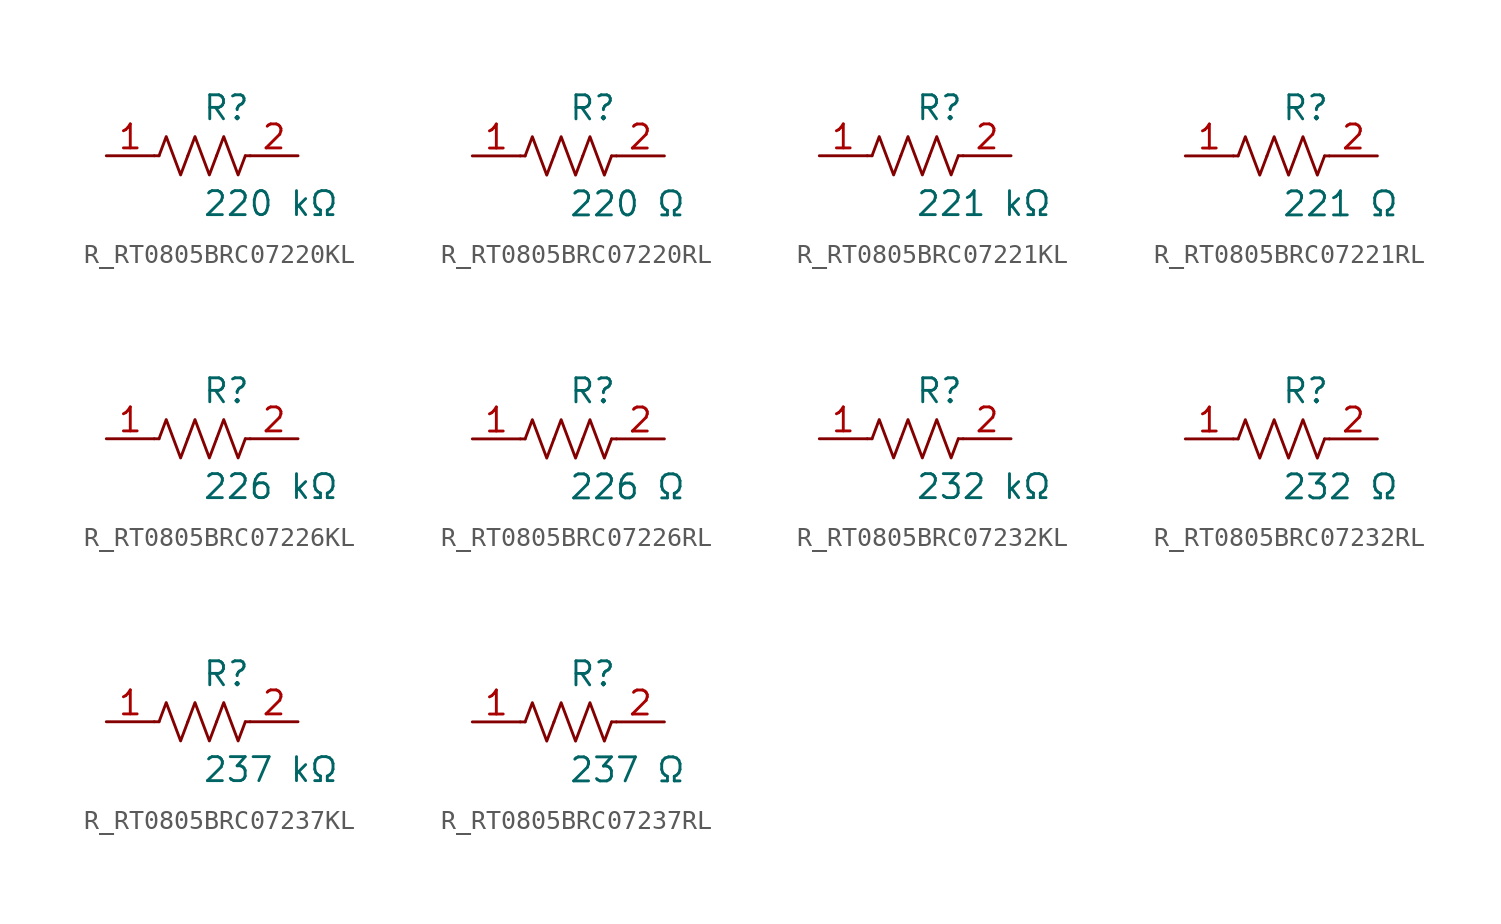
<source format=kicad_sym>
(kicad_symbol_lib
  (version 20231120)
  (generator kicad_symbol_editor)
  (generator_version 8.0)
  (symbol "R_RT0805BRC07220KL"
    (pin_names
      (offset 0.254))
    (property "Reference" "R"
      (at 0 2.54 0)
      (effects (font (size 1.27 1.27)) (justify left)))
    (property "Value" "220 kΩ"
      (at 0 -2.54 0)
      (effects (font (size 1.27 1.27)) (justify left)))
    (symbol "R_RT0805BRC07220KL_0_1"
      (polyline (pts (xy 2.286 0) (xy 2.54 0)) (stroke (width 0) (type default)) (fill (type none)))
      (polyline (pts (xy -2.286 0) (xy -2.54 0)) (stroke (width 0) (type default)) (fill (type none)))
      (polyline (pts (xy 0.762 0) (xy 1.143 1.016) (xy 1.524 0) (xy 1.905 -1.016) (xy 2.286 0)) (stroke (width 0) (type default)) (fill (type none)))
      (polyline (pts (xy -0.762 0) (xy -0.381 1.016) (xy 0 0) (xy 0.381 -1.016) (xy 0.762 0)) (stroke (width 0) (type default)) (fill (type none)))
      (polyline (pts (xy -2.286 0) (xy -1.905 1.016) (xy -1.524 0) (xy -1.143 -1.016) (xy -0.762 0)) (stroke (width 0) (type default)) (fill (type none))))
    (pin unspecified line
      (at -5.08 0 0)
      (length 2.54)
      (name "" (effects (font (size 1.27 1.27))))
      (number "1" (effects (font (size 1.27 1.27)))))
    (pin unspecified line
      (at 5.08 0 180)
      (length 2.54)
      (name "" (effects (font (size 1.27 1.27))))
      (number "2" (effects (font (size 1.27 1.27))))))
  (symbol "R_RT0805BRC07220RL"
    (pin_names
      (offset 0.254))
    (property "Reference" "R"
      (at 0 2.54 0)
      (effects (font (size 1.27 1.27)) (justify left)))
    (property "Value" "220 Ω"
      (at 0 -2.54 0)
      (effects (font (size 1.27 1.27)) (justify left)))
    (symbol "R_RT0805BRC07220RL_0_1"
      (polyline (pts (xy 2.286 0) (xy 2.54 0)) (stroke (width 0) (type default)) (fill (type none)))
      (polyline (pts (xy -2.286 0) (xy -2.54 0)) (stroke (width 0) (type default)) (fill (type none)))
      (polyline (pts (xy 0.762 0) (xy 1.143 1.016) (xy 1.524 0) (xy 1.905 -1.016) (xy 2.286 0)) (stroke (width 0) (type default)) (fill (type none)))
      (polyline (pts (xy -0.762 0) (xy -0.381 1.016) (xy 0 0) (xy 0.381 -1.016) (xy 0.762 0)) (stroke (width 0) (type default)) (fill (type none)))
      (polyline (pts (xy -2.286 0) (xy -1.905 1.016) (xy -1.524 0) (xy -1.143 -1.016) (xy -0.762 0)) (stroke (width 0) (type default)) (fill (type none))))
    (pin unspecified line
      (at -5.08 0 0)
      (length 2.54)
      (name "" (effects (font (size 1.27 1.27))))
      (number "1" (effects (font (size 1.27 1.27)))))
    (pin unspecified line
      (at 5.08 0 180)
      (length 2.54)
      (name "" (effects (font (size 1.27 1.27))))
      (number "2" (effects (font (size 1.27 1.27))))))
  (symbol "R_RT0805BRC07221KL"
    (pin_names
      (offset 0.254))
    (property "Reference" "R"
      (at 0 2.54 0)
      (effects (font (size 1.27 1.27)) (justify left)))
    (property "Value" "221 kΩ"
      (at 0 -2.54 0)
      (effects (font (size 1.27 1.27)) (justify left)))
    (symbol "R_RT0805BRC07221KL_0_1"
      (polyline (pts (xy 2.286 0) (xy 2.54 0)) (stroke (width 0) (type default)) (fill (type none)))
      (polyline (pts (xy -2.286 0) (xy -2.54 0)) (stroke (width 0) (type default)) (fill (type none)))
      (polyline (pts (xy 0.762 0) (xy 1.143 1.016) (xy 1.524 0) (xy 1.905 -1.016) (xy 2.286 0)) (stroke (width 0) (type default)) (fill (type none)))
      (polyline (pts (xy -0.762 0) (xy -0.381 1.016) (xy 0 0) (xy 0.381 -1.016) (xy 0.762 0)) (stroke (width 0) (type default)) (fill (type none)))
      (polyline (pts (xy -2.286 0) (xy -1.905 1.016) (xy -1.524 0) (xy -1.143 -1.016) (xy -0.762 0)) (stroke (width 0) (type default)) (fill (type none))))
    (pin unspecified line
      (at -5.08 0 0)
      (length 2.54)
      (name "" (effects (font (size 1.27 1.27))))
      (number "1" (effects (font (size 1.27 1.27)))))
    (pin unspecified line
      (at 5.08 0 180)
      (length 2.54)
      (name "" (effects (font (size 1.27 1.27))))
      (number "2" (effects (font (size 1.27 1.27))))))
  (symbol "R_RT0805BRC07221RL"
    (pin_names
      (offset 0.254))
    (property "Reference" "R"
      (at 0 2.54 0)
      (effects (font (size 1.27 1.27)) (justify left)))
    (property "Value" "221 Ω"
      (at 0 -2.54 0)
      (effects (font (size 1.27 1.27)) (justify left)))
    (symbol "R_RT0805BRC07221RL_0_1"
      (polyline (pts (xy 2.286 0) (xy 2.54 0)) (stroke (width 0) (type default)) (fill (type none)))
      (polyline (pts (xy -2.286 0) (xy -2.54 0)) (stroke (width 0) (type default)) (fill (type none)))
      (polyline (pts (xy 0.762 0) (xy 1.143 1.016) (xy 1.524 0) (xy 1.905 -1.016) (xy 2.286 0)) (stroke (width 0) (type default)) (fill (type none)))
      (polyline (pts (xy -0.762 0) (xy -0.381 1.016) (xy 0 0) (xy 0.381 -1.016) (xy 0.762 0)) (stroke (width 0) (type default)) (fill (type none)))
      (polyline (pts (xy -2.286 0) (xy -1.905 1.016) (xy -1.524 0) (xy -1.143 -1.016) (xy -0.762 0)) (stroke (width 0) (type default)) (fill (type none))))
    (pin unspecified line
      (at -5.08 0 0)
      (length 2.54)
      (name "" (effects (font (size 1.27 1.27))))
      (number "1" (effects (font (size 1.27 1.27)))))
    (pin unspecified line
      (at 5.08 0 180)
      (length 2.54)
      (name "" (effects (font (size 1.27 1.27))))
      (number "2" (effects (font (size 1.27 1.27))))))
  (symbol "R_RT0805BRC07226KL"
    (pin_names
      (offset 0.254))
    (property "Reference" "R"
      (at 0 2.54 0)
      (effects (font (size 1.27 1.27)) (justify left)))
    (property "Value" "226 kΩ"
      (at 0 -2.54 0)
      (effects (font (size 1.27 1.27)) (justify left)))
    (symbol "R_RT0805BRC07226KL_0_1"
      (polyline (pts (xy 2.286 0) (xy 2.54 0)) (stroke (width 0) (type default)) (fill (type none)))
      (polyline (pts (xy -2.286 0) (xy -2.54 0)) (stroke (width 0) (type default)) (fill (type none)))
      (polyline (pts (xy 0.762 0) (xy 1.143 1.016) (xy 1.524 0) (xy 1.905 -1.016) (xy 2.286 0)) (stroke (width 0) (type default)) (fill (type none)))
      (polyline (pts (xy -0.762 0) (xy -0.381 1.016) (xy 0 0) (xy 0.381 -1.016) (xy 0.762 0)) (stroke (width 0) (type default)) (fill (type none)))
      (polyline (pts (xy -2.286 0) (xy -1.905 1.016) (xy -1.524 0) (xy -1.143 -1.016) (xy -0.762 0)) (stroke (width 0) (type default)) (fill (type none))))
    (pin unspecified line
      (at -5.08 0 0)
      (length 2.54)
      (name "" (effects (font (size 1.27 1.27))))
      (number "1" (effects (font (size 1.27 1.27)))))
    (pin unspecified line
      (at 5.08 0 180)
      (length 2.54)
      (name "" (effects (font (size 1.27 1.27))))
      (number "2" (effects (font (size 1.27 1.27))))))
  (symbol "R_RT0805BRC07226RL"
    (pin_names
      (offset 0.254))
    (property "Reference" "R"
      (at 0 2.54 0)
      (effects (font (size 1.27 1.27)) (justify left)))
    (property "Value" "226 Ω"
      (at 0 -2.54 0)
      (effects (font (size 1.27 1.27)) (justify left)))
    (symbol "R_RT0805BRC07226RL_0_1"
      (polyline (pts (xy 2.286 0) (xy 2.54 0)) (stroke (width 0) (type default)) (fill (type none)))
      (polyline (pts (xy -2.286 0) (xy -2.54 0)) (stroke (width 0) (type default)) (fill (type none)))
      (polyline (pts (xy 0.762 0) (xy 1.143 1.016) (xy 1.524 0) (xy 1.905 -1.016) (xy 2.286 0)) (stroke (width 0) (type default)) (fill (type none)))
      (polyline (pts (xy -0.762 0) (xy -0.381 1.016) (xy 0 0) (xy 0.381 -1.016) (xy 0.762 0)) (stroke (width 0) (type default)) (fill (type none)))
      (polyline (pts (xy -2.286 0) (xy -1.905 1.016) (xy -1.524 0) (xy -1.143 -1.016) (xy -0.762 0)) (stroke (width 0) (type default)) (fill (type none))))
    (pin unspecified line
      (at -5.08 0 0)
      (length 2.54)
      (name "" (effects (font (size 1.27 1.27))))
      (number "1" (effects (font (size 1.27 1.27)))))
    (pin unspecified line
      (at 5.08 0 180)
      (length 2.54)
      (name "" (effects (font (size 1.27 1.27))))
      (number "2" (effects (font (size 1.27 1.27))))))
  (symbol "R_RT0805BRC07232KL"
    (pin_names
      (offset 0.254))
    (property "Reference" "R"
      (at 0 2.54 0)
      (effects (font (size 1.27 1.27)) (justify left)))
    (property "Value" "232 kΩ"
      (at 0 -2.54 0)
      (effects (font (size 1.27 1.27)) (justify left)))
    (symbol "R_RT0805BRC07232KL_0_1"
      (polyline (pts (xy 2.286 0) (xy 2.54 0)) (stroke (width 0) (type default)) (fill (type none)))
      (polyline (pts (xy -2.286 0) (xy -2.54 0)) (stroke (width 0) (type default)) (fill (type none)))
      (polyline (pts (xy 0.762 0) (xy 1.143 1.016) (xy 1.524 0) (xy 1.905 -1.016) (xy 2.286 0)) (stroke (width 0) (type default)) (fill (type none)))
      (polyline (pts (xy -0.762 0) (xy -0.381 1.016) (xy 0 0) (xy 0.381 -1.016) (xy 0.762 0)) (stroke (width 0) (type default)) (fill (type none)))
      (polyline (pts (xy -2.286 0) (xy -1.905 1.016) (xy -1.524 0) (xy -1.143 -1.016) (xy -0.762 0)) (stroke (width 0) (type default)) (fill (type none))))
    (pin unspecified line
      (at -5.08 0 0)
      (length 2.54)
      (name "" (effects (font (size 1.27 1.27))))
      (number "1" (effects (font (size 1.27 1.27)))))
    (pin unspecified line
      (at 5.08 0 180)
      (length 2.54)
      (name "" (effects (font (size 1.27 1.27))))
      (number "2" (effects (font (size 1.27 1.27))))))
  (symbol "R_RT0805BRC07232RL"
    (pin_names
      (offset 0.254))
    (property "Reference" "R"
      (at 0 2.54 0)
      (effects (font (size 1.27 1.27)) (justify left)))
    (property "Value" "232 Ω"
      (at 0 -2.54 0)
      (effects (font (size 1.27 1.27)) (justify left)))
    (symbol "R_RT0805BRC07232RL_0_1"
      (polyline (pts (xy 2.286 0) (xy 2.54 0)) (stroke (width 0) (type default)) (fill (type none)))
      (polyline (pts (xy -2.286 0) (xy -2.54 0)) (stroke (width 0) (type default)) (fill (type none)))
      (polyline (pts (xy 0.762 0) (xy 1.143 1.016) (xy 1.524 0) (xy 1.905 -1.016) (xy 2.286 0)) (stroke (width 0) (type default)) (fill (type none)))
      (polyline (pts (xy -0.762 0) (xy -0.381 1.016) (xy 0 0) (xy 0.381 -1.016) (xy 0.762 0)) (stroke (width 0) (type default)) (fill (type none)))
      (polyline (pts (xy -2.286 0) (xy -1.905 1.016) (xy -1.524 0) (xy -1.143 -1.016) (xy -0.762 0)) (stroke (width 0) (type default)) (fill (type none))))
    (pin unspecified line
      (at -5.08 0 0)
      (length 2.54)
      (name "" (effects (font (size 1.27 1.27))))
      (number "1" (effects (font (size 1.27 1.27)))))
    (pin unspecified line
      (at 5.08 0 180)
      (length 2.54)
      (name "" (effects (font (size 1.27 1.27))))
      (number "2" (effects (font (size 1.27 1.27))))))
  (symbol "R_RT0805BRC07237KL"
    (pin_names
      (offset 0.254))
    (property "Reference" "R"
      (at 0 2.54 0)
      (effects (font (size 1.27 1.27)) (justify left)))
    (property "Value" "237 kΩ"
      (at 0 -2.54 0)
      (effects (font (size 1.27 1.27)) (justify left)))
    (symbol "R_RT0805BRC07237KL_0_1"
      (polyline (pts (xy 2.286 0) (xy 2.54 0)) (stroke (width 0) (type default)) (fill (type none)))
      (polyline (pts (xy -2.286 0) (xy -2.54 0)) (stroke (width 0) (type default)) (fill (type none)))
      (polyline (pts (xy 0.762 0) (xy 1.143 1.016) (xy 1.524 0) (xy 1.905 -1.016) (xy 2.286 0)) (stroke (width 0) (type default)) (fill (type none)))
      (polyline (pts (xy -0.762 0) (xy -0.381 1.016) (xy 0 0) (xy 0.381 -1.016) (xy 0.762 0)) (stroke (width 0) (type default)) (fill (type none)))
      (polyline (pts (xy -2.286 0) (xy -1.905 1.016) (xy -1.524 0) (xy -1.143 -1.016) (xy -0.762 0)) (stroke (width 0) (type default)) (fill (type none))))
    (pin unspecified line
      (at -5.08 0 0)
      (length 2.54)
      (name "" (effects (font (size 1.27 1.27))))
      (number "1" (effects (font (size 1.27 1.27)))))
    (pin unspecified line
      (at 5.08 0 180)
      (length 2.54)
      (name "" (effects (font (size 1.27 1.27))))
      (number "2" (effects (font (size 1.27 1.27))))))
  (symbol "R_RT0805BRC07237RL"
    (pin_names
      (offset 0.254))
    (property "Reference" "R"
      (at 0 2.54 0)
      (effects (font (size 1.27 1.27)) (justify left)))
    (property "Value" "237 Ω"
      (at 0 -2.54 0)
      (effects (font (size 1.27 1.27)) (justify left)))
    (symbol "R_RT0805BRC07237RL_0_1"
      (polyline (pts (xy 2.286 0) (xy 2.54 0)) (stroke (width 0) (type default)) (fill (type none)))
      (polyline (pts (xy -2.286 0) (xy -2.54 0)) (stroke (width 0) (type default)) (fill (type none)))
      (polyline (pts (xy 0.762 0) (xy 1.143 1.016) (xy 1.524 0) (xy 1.905 -1.016) (xy 2.286 0)) (stroke (width 0) (type default)) (fill (type none)))
      (polyline (pts (xy -0.762 0) (xy -0.381 1.016) (xy 0 0) (xy 0.381 -1.016) (xy 0.762 0)) (stroke (width 0) (type default)) (fill (type none)))
      (polyline (pts (xy -2.286 0) (xy -1.905 1.016) (xy -1.524 0) (xy -1.143 -1.016) (xy -0.762 0)) (stroke (width 0) (type default)) (fill (type none))))
    (pin unspecified line
      (at -5.08 0 0)
      (length 2.54)
      (name "" (effects (font (size 1.27 1.27))))
      (number "1" (effects (font (size 1.27 1.27)))))
    (pin unspecified line
      (at 5.08 0 180)
      (length 2.54)
      (name "" (effects (font (size 1.27 1.27))))
      (number "2" (effects (font (size 1.27 1.27)))))))
</source>
